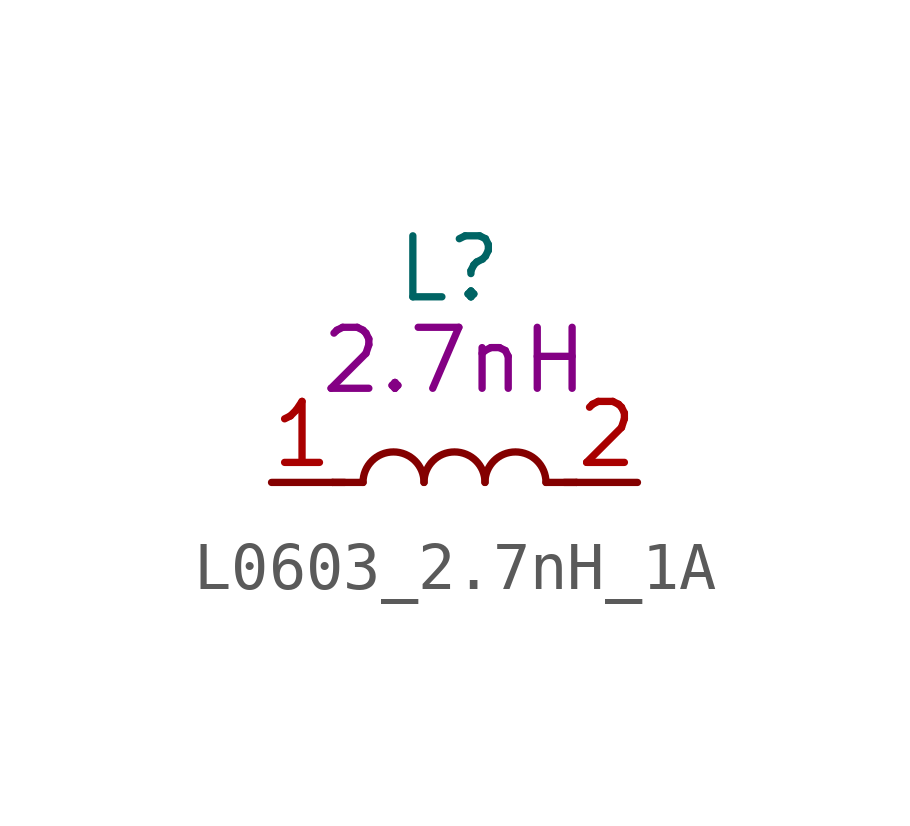
<source format=kicad_sym>
(kicad_symbol_lib
  (version 20211014)
  (generator kicad_symbol_editor)
  (symbol "L0603_2.7nH_1A"
    (pin_names
      (offset 1.016))
    (property "Reference" "L"
      (at -1.27 4.445 0)
      (effects (font (size 1.27 1.27)) (justify left)))
    (property "Symbol" "2.7nH"
      (at 0 2.54 0)
      (effects (font (size 1.27 1.27))))
    (symbol "L0603_2.7nH_1A_1_1"
      (arc (start -0.635 0) (mid -1.27 0.635) (end -1.905 0) (stroke (width 0) (type default) (color 0 0 0 0)) (fill (type none)))
      (polyline (pts (xy -2.286 0) (xy -2.54 0)) (stroke (width 0) (type default) (color 0 0 0 0)) (fill (type none)))
      (polyline (pts (xy -1.905 0) (xy -2.54 0)) (stroke (width 0) (type default) (color 0 0 0 0)) (fill (type none)))
      (polyline (pts (xy 1.905 0) (xy 2.54 0)) (stroke (width 0) (type default) (color 0 0 0 0)) (fill (type none)))
      (polyline (pts (xy 2.286 0) (xy 2.54 0)) (stroke (width 0) (type default) (color 0 0 0 0)) (fill (type none)))
      (arc (start 0.635 0) (mid 0 0.635) (end -0.635 0) (stroke (width 0) (type default) (color 0 0 0 0)) (fill (type none)))
      (arc (start 1.905 0) (mid 1.27 0.635) (end 0.635 0) (stroke (width 0) (type default) (color 0 0 0 0)) (fill (type none)))
      (pin passive line (at -3.81 0 0) (length 1.27) (name "~" (effects (font (size 1.27 1.27)))) (number "1" (effects (font (size 1.27 1.27)))))
      (pin passive line (at 3.81 0 180) (length 1.27) (name "~" (effects (font (size 1.27 1.27)))) (number "2" (effects (font (size 1.27 1.27))))))))
</source>
